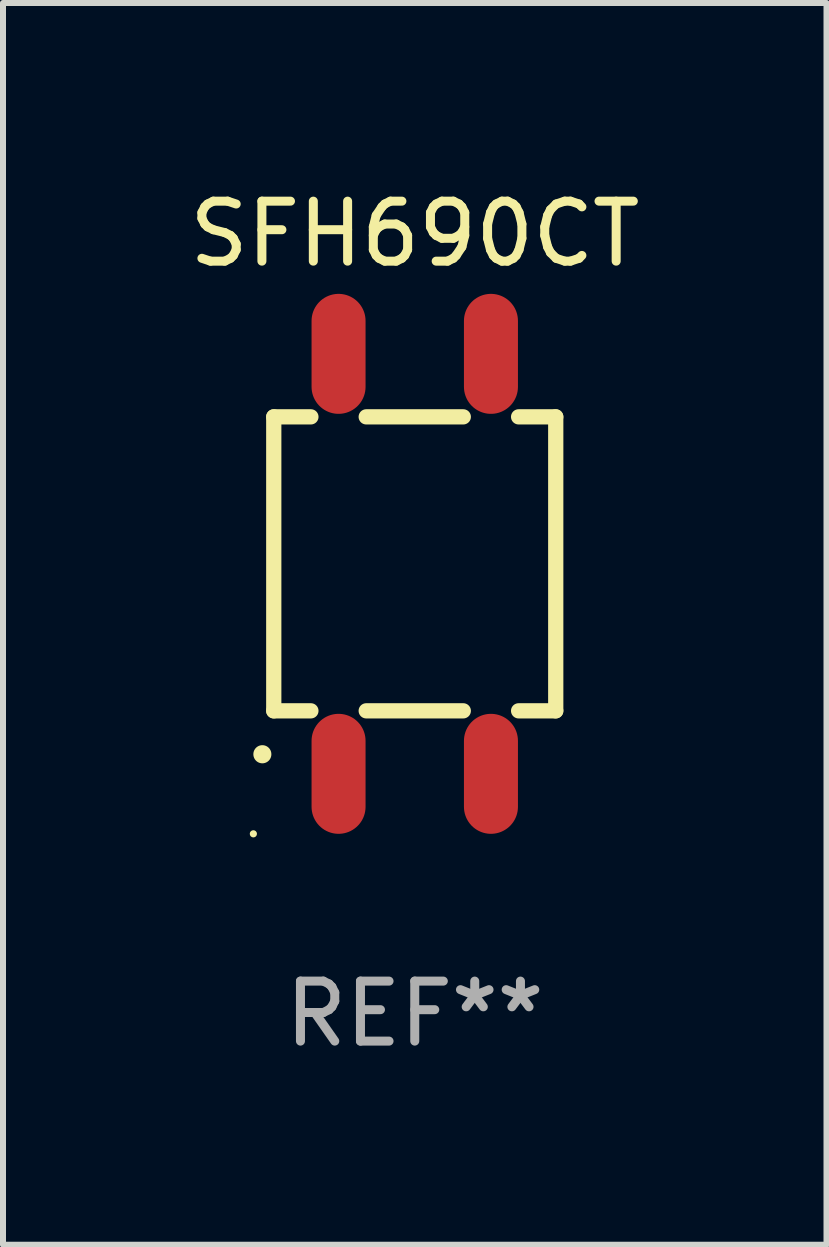
<source format=kicad_pcb>
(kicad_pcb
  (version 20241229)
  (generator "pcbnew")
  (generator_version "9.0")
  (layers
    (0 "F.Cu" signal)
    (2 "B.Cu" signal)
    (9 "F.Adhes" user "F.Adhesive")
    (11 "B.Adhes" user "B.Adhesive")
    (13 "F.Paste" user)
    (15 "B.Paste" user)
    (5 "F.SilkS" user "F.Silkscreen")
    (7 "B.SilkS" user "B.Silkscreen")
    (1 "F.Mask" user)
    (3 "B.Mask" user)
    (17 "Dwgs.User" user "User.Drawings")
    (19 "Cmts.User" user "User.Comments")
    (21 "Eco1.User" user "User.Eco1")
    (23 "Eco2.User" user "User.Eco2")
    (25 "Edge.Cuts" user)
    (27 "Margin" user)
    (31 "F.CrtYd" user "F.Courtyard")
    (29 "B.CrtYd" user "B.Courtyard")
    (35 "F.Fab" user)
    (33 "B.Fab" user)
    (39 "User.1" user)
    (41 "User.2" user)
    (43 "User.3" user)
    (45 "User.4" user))
  (footprint "SFH690CT"
    (layer "F.Cu")
    (at 3.863 6.348)
    (property "Reference" "SFH690CT" (at 0 -5.5 0) (layer "F.SilkS") (effects (font (size 1 1) (thickness 0.15))))
    (attr through_hole)
    (fp_line (start -2.35 -2.45) (end -2.35 2.45) (stroke (width 0.254) (type solid)) (layer "F.SilkS"))
    (fp_line (start -2.35 -2.45) (end -1.731 -2.45) (stroke (width 0.254) (type solid)) (layer "F.SilkS"))
    (fp_line (start -2.35 2.45) (end -1.731 2.45) (stroke (width 0.254) (type solid)) (layer "F.SilkS"))
    (fp_line (start -0.809 -2.45) (end 0.809 -2.45) (stroke (width 0.254) (type solid)) (layer "F.SilkS"))
    (fp_line (start -0.809 2.45) (end 0.809 2.45) (stroke (width 0.254) (type solid)) (layer "F.SilkS"))
    (fp_line (start 1.731 -2.45) (end 2.35 -2.45) (stroke (width 0.254) (type solid)) (layer "F.SilkS"))
    (fp_line (start 1.731 2.45) (end 2.35 2.45) (stroke (width 0.254) (type solid)) (layer "F.SilkS"))
    (fp_line (start 2.35 -2.45) (end 2.35 2.45) (stroke (width 0.254) (type solid)) (layer "F.SilkS"))
    (fp_arc (start -2.540005 3.174879) (mid -2.54001 3.173609) (end -2.540005 3.172339) (stroke (width 0.3) (type solid)) (layer "F.SilkS"))
    (fp_circle (center -2.69 4.5) (end -2.66 4.5) (stroke (width 0.06) (type solid)) (fill no) (layer "F.SilkS"))
    (fp_text user "REF**" (at 0 7.5 0) (layer "F.Fab") (effects (font (size 1 1) (thickness 0.15))))
    (pad "1" smd oval (at -1.27 3.5 180) (size 0.9 2) (layers "F.Cu" "F.Mask" "F.Paste"))
    (pad "2" smd oval (at 1.27 3.5 180) (size 0.9 2) (layers "F.Cu" "F.Mask" "F.Paste"))
    (pad "3" smd oval (at 1.27 -3.5 180) (size 0.9 2) (layers "F.Cu" "F.Mask" "F.Paste"))
    (pad "4" smd oval (at -1.27 -3.5 180) (size 0.9 2) (layers "F.Cu" "F.Mask" "F.Paste")))
  (gr_rect
    (start -3 -3)
    (end 10.726 17.697)
    (stroke (width 0.1) (type default))
    (fill no)
    (layer "Edge.Cuts")))
</source>
